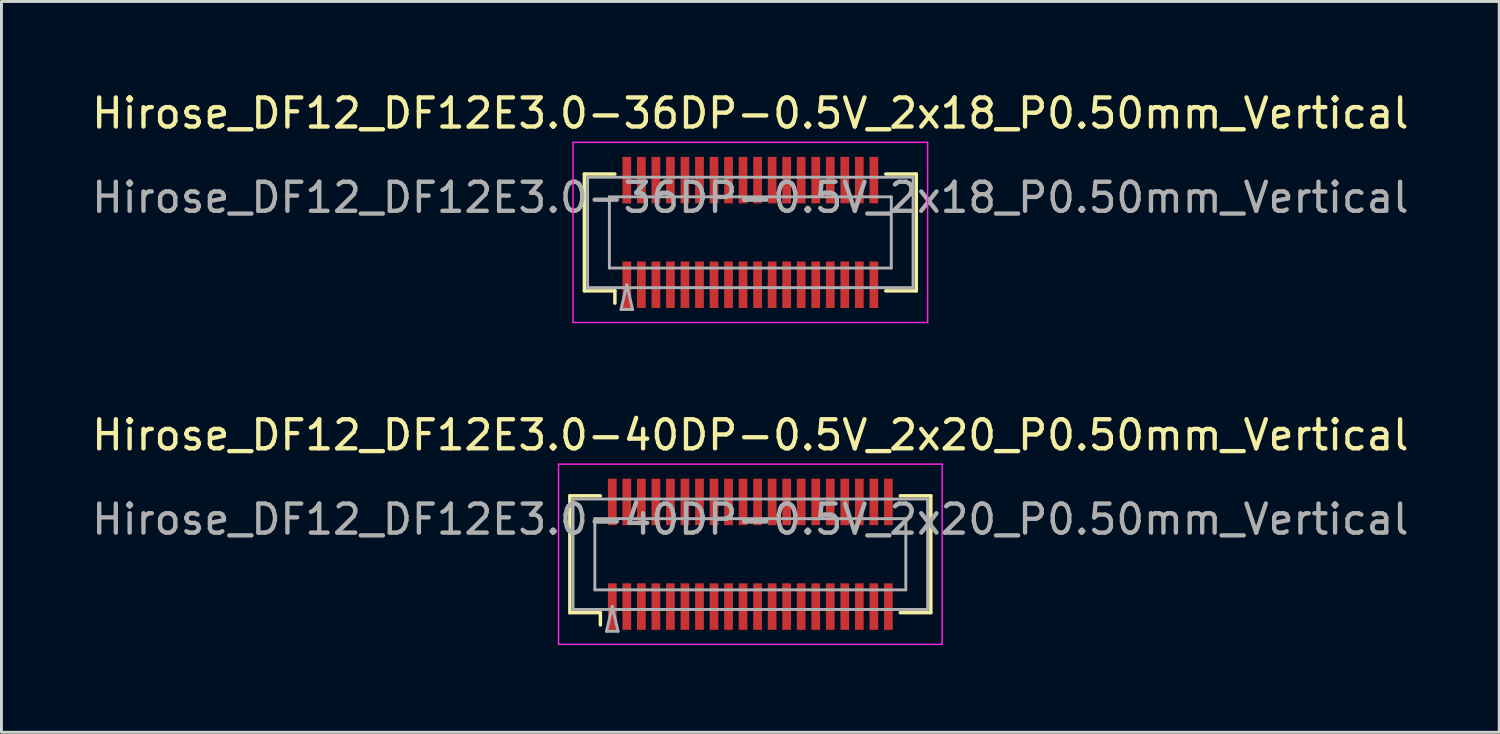
<source format=kicad_pcb>
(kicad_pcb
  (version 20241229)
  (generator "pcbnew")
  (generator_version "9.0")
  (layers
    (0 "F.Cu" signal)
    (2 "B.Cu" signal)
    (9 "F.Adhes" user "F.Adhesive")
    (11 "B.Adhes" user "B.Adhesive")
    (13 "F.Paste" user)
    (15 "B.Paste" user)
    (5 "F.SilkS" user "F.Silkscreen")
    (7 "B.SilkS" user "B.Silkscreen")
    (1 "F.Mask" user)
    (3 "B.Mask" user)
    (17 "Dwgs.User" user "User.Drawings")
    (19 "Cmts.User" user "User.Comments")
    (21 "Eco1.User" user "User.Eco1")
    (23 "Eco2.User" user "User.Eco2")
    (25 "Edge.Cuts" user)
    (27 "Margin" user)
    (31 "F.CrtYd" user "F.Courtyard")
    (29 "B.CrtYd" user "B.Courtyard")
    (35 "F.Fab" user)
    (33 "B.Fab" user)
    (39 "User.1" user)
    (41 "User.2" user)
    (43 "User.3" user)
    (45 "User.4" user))
  (footprint "Hirose_DF12_DF12E3.0-36DP-0.5V_2x18_P0.50mm_Vertical"
    (layer "F.Cu")
    (at 22.768 4.948)
    (property "Reference" "Hirose_DF12_DF12E3.0-36DP-0.5V_2x18_P0.50mm_Vertical" (at 0 -4.1 0) (layer "F.SilkS") (effects (font (size 1 1) (thickness 0.15))))
    (attr smd)
    (fp_line (start -5.71 -2.01) (end -4.66 -2.01) (stroke (width 0.12) (type solid)) (layer "F.SilkS"))
    (fp_line (start -5.71 2.01) (end -5.71 -2.01) (stroke (width 0.12) (type solid)) (layer "F.SilkS"))
    (fp_line (start -4.66 2.01) (end -5.71 2.01) (stroke (width 0.12) (type solid)) (layer "F.SilkS"))
    (fp_line (start -4.66 2.433) (end -4.66 2.01) (stroke (width 0.12) (type solid)) (layer "F.SilkS"))
    (fp_line (start 4.66 2.01) (end 5.71 2.01) (stroke (width 0.12) (type solid)) (layer "F.SilkS"))
    (fp_line (start 5.71 -2.01) (end 4.66 -2.01) (stroke (width 0.12) (type solid)) (layer "F.SilkS"))
    (fp_line (start 5.71 2.01) (end 5.71 -2.01) (stroke (width 0.12) (type solid)) (layer "F.SilkS"))
    (fp_line (start -6.1 -3.1) (end -6.1 3.1) (stroke (width 0.05) (type solid)) (layer "F.CrtYd"))
    (fp_line (start -6.1 3.1) (end 6.1 3.1) (stroke (width 0.05) (type solid)) (layer "F.CrtYd"))
    (fp_line (start 6.1 -3.1) (end -6.1 -3.1) (stroke (width 0.05) (type solid)) (layer "F.CrtYd"))
    (fp_line (start 6.1 3.1) (end 6.1 -3.1) (stroke (width 0.05) (type solid)) (layer "F.CrtYd"))
    (fp_line (start -5.6 -1.9) (end 5.6 -1.9) (stroke (width 0.1) (type solid)) (layer "F.Fab"))
    (fp_line (start -5.6 1.9) (end -5.6 -1.9) (stroke (width 0.1) (type solid)) (layer "F.Fab"))
    (fp_line (start -4.85 -1.225) (end 4.85 -1.225) (stroke (width 0.1) (type solid)) (layer "F.Fab"))
    (fp_line (start -4.85 1.225) (end -4.85 -1.225) (stroke (width 0.1) (type solid)) (layer "F.Fab"))
    (fp_line (start -4.45 2.65) (end -4.25 1.8) (stroke (width 0.1) (type solid)) (layer "F.Fab"))
    (fp_line (start -4.25 1.8) (end -4.05 2.65) (stroke (width 0.1) (type solid)) (layer "F.Fab"))
    (fp_line (start -4.05 2.65) (end -4.45 2.65) (stroke (width 0.1) (type solid)) (layer "F.Fab"))
    (fp_line (start 4.85 -1.225) (end 4.85 1.225) (stroke (width 0.1) (type solid)) (layer "F.Fab"))
    (fp_line (start 4.85 1.225) (end -4.85 1.225) (stroke (width 0.1) (type solid)) (layer "F.Fab"))
    (fp_line (start 5.6 -1.9) (end 5.6 1.9) (stroke (width 0.1) (type solid)) (layer "F.Fab"))
    (fp_line (start 5.6 1.9) (end -5.6 1.9) (stroke (width 0.1) (type solid)) (layer "F.Fab"))
    (fp_text user "${REFERENCE}" (at 0 -1.2 0) (layer "F.Fab") (effects (font (size 1 1) (thickness 0.15))))
    (pad "" smd rect (at -4.25 -2) (size 0.28 1.2) (layers "F.Paste"))
    (pad "" smd rect (at -4.25 2) (size 0.28 1.2) (layers "F.Paste"))
    (pad "" smd rect (at -3.75 -2) (size 0.28 1.2) (layers "F.Paste"))
    (pad "" smd rect (at -3.75 2) (size 0.28 1.2) (layers "F.Paste"))
    (pad "" smd rect (at -3.25 -2) (size 0.28 1.2) (layers "F.Paste"))
    (pad "" smd rect (at -3.25 2) (size 0.28 1.2) (layers "F.Paste"))
    (pad "" smd rect (at -2.75 -2) (size 0.28 1.2) (layers "F.Paste"))
    (pad "" smd rect (at -2.75 2) (size 0.28 1.2) (layers "F.Paste"))
    (pad "" smd rect (at -2.25 -2) (size 0.28 1.2) (layers "F.Paste"))
    (pad "" smd rect (at -2.25 2) (size 0.28 1.2) (layers "F.Paste"))
    (pad "" smd rect (at -1.75 -2) (size 0.28 1.2) (layers "F.Paste"))
    (pad "" smd rect (at -1.75 2) (size 0.28 1.2) (layers "F.Paste"))
    (pad "" smd rect (at -1.25 -2) (size 0.28 1.2) (layers "F.Paste"))
    (pad "" smd rect (at -1.25 2) (size 0.28 1.2) (layers "F.Paste"))
    (pad "" smd rect (at -0.75 -2) (size 0.28 1.2) (layers "F.Paste"))
    (pad "" smd rect (at -0.75 2) (size 0.28 1.2) (layers "F.Paste"))
    (pad "" smd rect (at -0.25 -2) (size 0.28 1.2) (layers "F.Paste"))
    (pad "" smd rect (at -0.25 2) (size 0.28 1.2) (layers "F.Paste"))
    (pad "" smd rect (at 0.25 -2) (size 0.28 1.2) (layers "F.Paste"))
    (pad "" smd rect (at 0.25 2) (size 0.28 1.2) (layers "F.Paste"))
    (pad "" smd rect (at 0.75 -2) (size 0.28 1.2) (layers "F.Paste"))
    (pad "" smd rect (at 0.75 2) (size 0.28 1.2) (layers "F.Paste"))
    (pad "" smd rect (at 1.25 -2) (size 0.28 1.2) (layers "F.Paste"))
    (pad "" smd rect (at 1.25 2) (size 0.28 1.2) (layers "F.Paste"))
    (pad "" smd rect (at 1.75 -2) (size 0.28 1.2) (layers "F.Paste"))
    (pad "" smd rect (at 1.75 2) (size 0.28 1.2) (layers "F.Paste"))
    (pad "" smd rect (at 2.25 -2) (size 0.28 1.2) (layers "F.Paste"))
    (pad "" smd rect (at 2.25 2) (size 0.28 1.2) (layers "F.Paste"))
    (pad "" smd rect (at 2.75 -2) (size 0.28 1.2) (layers "F.Paste"))
    (pad "" smd rect (at 2.75 2) (size 0.28 1.2) (layers "F.Paste"))
    (pad "" smd rect (at 3.25 -2) (size 0.28 1.2) (layers "F.Paste"))
    (pad "" smd rect (at 3.25 2) (size 0.28 1.2) (layers "F.Paste"))
    (pad "" smd rect (at 3.75 -2) (size 0.28 1.2) (layers "F.Paste"))
    (pad "" smd rect (at 3.75 2) (size 0.28 1.2) (layers "F.Paste"))
    (pad "" smd rect (at 4.25 -2) (size 0.28 1.2) (layers "F.Paste"))
    (pad "" smd rect (at 4.25 2) (size 0.28 1.2) (layers "F.Paste"))
    (pad "1" smd rect (at -4.25 1.8) (size 0.3 1.6) (layers "F.Cu" "F.Mask"))
    (pad "2" smd rect (at -3.75 1.8) (size 0.3 1.6) (layers "F.Cu" "F.Mask"))
    (pad "3" smd rect (at -3.25 1.8) (size 0.3 1.6) (layers "F.Cu" "F.Mask"))
    (pad "4" smd rect (at -2.75 1.8) (size 0.3 1.6) (layers "F.Cu" "F.Mask"))
    (pad "5" smd rect (at -2.25 1.8) (size 0.3 1.6) (layers "F.Cu" "F.Mask"))
    (pad "6" smd rect (at -1.75 1.8) (size 0.3 1.6) (layers "F.Cu" "F.Mask"))
    (pad "7" smd rect (at -1.25 1.8) (size 0.3 1.6) (layers "F.Cu" "F.Mask"))
    (pad "8" smd rect (at -0.75 1.8) (size 0.3 1.6) (layers "F.Cu" "F.Mask"))
    (pad "9" smd rect (at -0.25 1.8) (size 0.3 1.6) (layers "F.Cu" "F.Mask"))
    (pad "10" smd rect (at 0.25 1.8) (size 0.3 1.6) (layers "F.Cu" "F.Mask"))
    (pad "11" smd rect (at 0.75 1.8) (size 0.3 1.6) (layers "F.Cu" "F.Mask"))
    (pad "12" smd rect (at 1.25 1.8) (size 0.3 1.6) (layers "F.Cu" "F.Mask"))
    (pad "13" smd rect (at 1.75 1.8) (size 0.3 1.6) (layers "F.Cu" "F.Mask"))
    (pad "14" smd rect (at 2.25 1.8) (size 0.3 1.6) (layers "F.Cu" "F.Mask"))
    (pad "15" smd rect (at 2.75 1.8) (size 0.3 1.6) (layers "F.Cu" "F.Mask"))
    (pad "16" smd rect (at 3.25 1.8) (size 0.3 1.6) (layers "F.Cu" "F.Mask"))
    (pad "17" smd rect (at 3.75 1.8) (size 0.3 1.6) (layers "F.Cu" "F.Mask"))
    (pad "18" smd rect (at 4.25 1.8) (size 0.3 1.6) (layers "F.Cu" "F.Mask"))
    (pad "19" smd rect (at -4.25 -1.8) (size 0.3 1.6) (layers "F.Cu" "F.Mask"))
    (pad "20" smd rect (at -3.75 -1.8) (size 0.3 1.6) (layers "F.Cu" "F.Mask"))
    (pad "21" smd rect (at -3.25 -1.8) (size 0.3 1.6) (layers "F.Cu" "F.Mask"))
    (pad "22" smd rect (at -2.75 -1.8) (size 0.3 1.6) (layers "F.Cu" "F.Mask"))
    (pad "23" smd rect (at -2.25 -1.8) (size 0.3 1.6) (layers "F.Cu" "F.Mask"))
    (pad "24" smd rect (at -1.75 -1.8) (size 0.3 1.6) (layers "F.Cu" "F.Mask"))
    (pad "25" smd rect (at -1.25 -1.8) (size 0.3 1.6) (layers "F.Cu" "F.Mask"))
    (pad "26" smd rect (at -0.75 -1.8) (size 0.3 1.6) (layers "F.Cu" "F.Mask"))
    (pad "27" smd rect (at -0.25 -1.8) (size 0.3 1.6) (layers "F.Cu" "F.Mask"))
    (pad "28" smd rect (at 0.25 -1.8) (size 0.3 1.6) (layers "F.Cu" "F.Mask"))
    (pad "29" smd rect (at 0.75 -1.8) (size 0.3 1.6) (layers "F.Cu" "F.Mask"))
    (pad "30" smd rect (at 1.25 -1.8) (size 0.3 1.6) (layers "F.Cu" "F.Mask"))
    (pad "31" smd rect (at 1.75 -1.8) (size 0.3 1.6) (layers "F.Cu" "F.Mask"))
    (pad "32" smd rect (at 2.25 -1.8) (size 0.3 1.6) (layers "F.Cu" "F.Mask"))
    (pad "33" smd rect (at 2.75 -1.8) (size 0.3 1.6) (layers "F.Cu" "F.Mask"))
    (pad "34" smd rect (at 3.25 -1.8) (size 0.3 1.6) (layers "F.Cu" "F.Mask"))
    (pad "35" smd rect (at 3.75 -1.8) (size 0.3 1.6) (layers "F.Cu" "F.Mask"))
    (pad "36" smd rect (at 4.25 -1.8) (size 0.3 1.6) (layers "F.Cu" "F.Mask")))
  (footprint "Hirose_DF12_DF12E3.0-40DP-0.5V_2x20_P0.50mm_Vertical"
    (layer "F.Cu")
    (at 22.768 16.021)
    (property "Reference" "Hirose_DF12_DF12E3.0-40DP-0.5V_2x20_P0.50mm_Vertical" (at 0 -4.1 0) (layer "F.SilkS") (effects (font (size 1 1) (thickness 0.15))))
    (attr smd)
    (fp_line (start -6.21 -2.01) (end -5.16 -2.01) (stroke (width 0.12) (type solid)) (layer "F.SilkS"))
    (fp_line (start -6.21 2.01) (end -6.21 -2.01) (stroke (width 0.12) (type solid)) (layer "F.SilkS"))
    (fp_line (start -5.16 2.01) (end -6.21 2.01) (stroke (width 0.12) (type solid)) (layer "F.SilkS"))
    (fp_line (start -5.16 2.433) (end -5.16 2.01) (stroke (width 0.12) (type solid)) (layer "F.SilkS"))
    (fp_line (start 5.16 2.01) (end 6.21 2.01) (stroke (width 0.12) (type solid)) (layer "F.SilkS"))
    (fp_line (start 6.21 -2.01) (end 5.16 -2.01) (stroke (width 0.12) (type solid)) (layer "F.SilkS"))
    (fp_line (start 6.21 2.01) (end 6.21 -2.01) (stroke (width 0.12) (type solid)) (layer "F.SilkS"))
    (fp_line (start -6.6 -3.1) (end -6.6 3.1) (stroke (width 0.05) (type solid)) (layer "F.CrtYd"))
    (fp_line (start -6.6 3.1) (end 6.6 3.1) (stroke (width 0.05) (type solid)) (layer "F.CrtYd"))
    (fp_line (start 6.6 -3.1) (end -6.6 -3.1) (stroke (width 0.05) (type solid)) (layer "F.CrtYd"))
    (fp_line (start 6.6 3.1) (end 6.6 -3.1) (stroke (width 0.05) (type solid)) (layer "F.CrtYd"))
    (fp_line (start -6.1 -1.9) (end 6.1 -1.9) (stroke (width 0.1) (type solid)) (layer "F.Fab"))
    (fp_line (start -6.1 1.9) (end -6.1 -1.9) (stroke (width 0.1) (type solid)) (layer "F.Fab"))
    (fp_line (start -5.35 -1.225) (end 5.35 -1.225) (stroke (width 0.1) (type solid)) (layer "F.Fab"))
    (fp_line (start -5.35 1.225) (end -5.35 -1.225) (stroke (width 0.1) (type solid)) (layer "F.Fab"))
    (fp_line (start -4.95 2.65) (end -4.75 1.8) (stroke (width 0.1) (type solid)) (layer "F.Fab"))
    (fp_line (start -4.75 1.8) (end -4.55 2.65) (stroke (width 0.1) (type solid)) (layer "F.Fab"))
    (fp_line (start -4.55 2.65) (end -4.95 2.65) (stroke (width 0.1) (type solid)) (layer "F.Fab"))
    (fp_line (start 5.35 -1.225) (end 5.35 1.225) (stroke (width 0.1) (type solid)) (layer "F.Fab"))
    (fp_line (start 5.35 1.225) (end -5.35 1.225) (stroke (width 0.1) (type solid)) (layer "F.Fab"))
    (fp_line (start 6.1 -1.9) (end 6.1 1.9) (stroke (width 0.1) (type solid)) (layer "F.Fab"))
    (fp_line (start 6.1 1.9) (end -6.1 1.9) (stroke (width 0.1) (type solid)) (layer "F.Fab"))
    (fp_text user "${REFERENCE}" (at 0 -1.2 0) (layer "F.Fab") (effects (font (size 1 1) (thickness 0.15))))
    (pad "" smd rect (at -4.75 -2) (size 0.28 1.2) (layers "F.Paste"))
    (pad "" smd rect (at -4.75 2) (size 0.28 1.2) (layers "F.Paste"))
    (pad "" smd rect (at -4.25 -2) (size 0.28 1.2) (layers "F.Paste"))
    (pad "" smd rect (at -4.25 2) (size 0.28 1.2) (layers "F.Paste"))
    (pad "" smd rect (at -3.75 -2) (size 0.28 1.2) (layers "F.Paste"))
    (pad "" smd rect (at -3.75 2) (size 0.28 1.2) (layers "F.Paste"))
    (pad "" smd rect (at -3.25 -2) (size 0.28 1.2) (layers "F.Paste"))
    (pad "" smd rect (at -3.25 2) (size 0.28 1.2) (layers "F.Paste"))
    (pad "" smd rect (at -2.75 -2) (size 0.28 1.2) (layers "F.Paste"))
    (pad "" smd rect (at -2.75 2) (size 0.28 1.2) (layers "F.Paste"))
    (pad "" smd rect (at -2.25 -2) (size 0.28 1.2) (layers "F.Paste"))
    (pad "" smd rect (at -2.25 2) (size 0.28 1.2) (layers "F.Paste"))
    (pad "" smd rect (at -1.75 -2) (size 0.28 1.2) (layers "F.Paste"))
    (pad "" smd rect (at -1.75 2) (size 0.28 1.2) (layers "F.Paste"))
    (pad "" smd rect (at -1.25 -2) (size 0.28 1.2) (layers "F.Paste"))
    (pad "" smd rect (at -1.25 2) (size 0.28 1.2) (layers "F.Paste"))
    (pad "" smd rect (at -0.75 -2) (size 0.28 1.2) (layers "F.Paste"))
    (pad "" smd rect (at -0.75 2) (size 0.28 1.2) (layers "F.Paste"))
    (pad "" smd rect (at -0.25 -2) (size 0.28 1.2) (layers "F.Paste"))
    (pad "" smd rect (at -0.25 2) (size 0.28 1.2) (layers "F.Paste"))
    (pad "" smd rect (at 0.25 -2) (size 0.28 1.2) (layers "F.Paste"))
    (pad "" smd rect (at 0.25 2) (size 0.28 1.2) (layers "F.Paste"))
    (pad "" smd rect (at 0.75 -2) (size 0.28 1.2) (layers "F.Paste"))
    (pad "" smd rect (at 0.75 2) (size 0.28 1.2) (layers "F.Paste"))
    (pad "" smd rect (at 1.25 -2) (size 0.28 1.2) (layers "F.Paste"))
    (pad "" smd rect (at 1.25 2) (size 0.28 1.2) (layers "F.Paste"))
    (pad "" smd rect (at 1.75 -2) (size 0.28 1.2) (layers "F.Paste"))
    (pad "" smd rect (at 1.75 2) (size 0.28 1.2) (layers "F.Paste"))
    (pad "" smd rect (at 2.25 -2) (size 0.28 1.2) (layers "F.Paste"))
    (pad "" smd rect (at 2.25 2) (size 0.28 1.2) (layers "F.Paste"))
    (pad "" smd rect (at 2.75 -2) (size 0.28 1.2) (layers "F.Paste"))
    (pad "" smd rect (at 2.75 2) (size 0.28 1.2) (layers "F.Paste"))
    (pad "" smd rect (at 3.25 -2) (size 0.28 1.2) (layers "F.Paste"))
    (pad "" smd rect (at 3.25 2) (size 0.28 1.2) (layers "F.Paste"))
    (pad "" smd rect (at 3.75 -2) (size 0.28 1.2) (layers "F.Paste"))
    (pad "" smd rect (at 3.75 2) (size 0.28 1.2) (layers "F.Paste"))
    (pad "" smd rect (at 4.25 -2) (size 0.28 1.2) (layers "F.Paste"))
    (pad "" smd rect (at 4.25 2) (size 0.28 1.2) (layers "F.Paste"))
    (pad "" smd rect (at 4.75 -2) (size 0.28 1.2) (layers "F.Paste"))
    (pad "" smd rect (at 4.75 2) (size 0.28 1.2) (layers "F.Paste"))
    (pad "1" smd rect (at -4.75 1.8) (size 0.3 1.6) (layers "F.Cu" "F.Mask"))
    (pad "2" smd rect (at -4.25 1.8) (size 0.3 1.6) (layers "F.Cu" "F.Mask"))
    (pad "3" smd rect (at -3.75 1.8) (size 0.3 1.6) (layers "F.Cu" "F.Mask"))
    (pad "4" smd rect (at -3.25 1.8) (size 0.3 1.6) (layers "F.Cu" "F.Mask"))
    (pad "5" smd rect (at -2.75 1.8) (size 0.3 1.6) (layers "F.Cu" "F.Mask"))
    (pad "6" smd rect (at -2.25 1.8) (size 0.3 1.6) (layers "F.Cu" "F.Mask"))
    (pad "7" smd rect (at -1.75 1.8) (size 0.3 1.6) (layers "F.Cu" "F.Mask"))
    (pad "8" smd rect (at -1.25 1.8) (size 0.3 1.6) (layers "F.Cu" "F.Mask"))
    (pad "9" smd rect (at -0.75 1.8) (size 0.3 1.6) (layers "F.Cu" "F.Mask"))
    (pad "10" smd rect (at -0.25 1.8) (size 0.3 1.6) (layers "F.Cu" "F.Mask"))
    (pad "11" smd rect (at 0.25 1.8) (size 0.3 1.6) (layers "F.Cu" "F.Mask"))
    (pad "12" smd rect (at 0.75 1.8) (size 0.3 1.6) (layers "F.Cu" "F.Mask"))
    (pad "13" smd rect (at 1.25 1.8) (size 0.3 1.6) (layers "F.Cu" "F.Mask"))
    (pad "14" smd rect (at 1.75 1.8) (size 0.3 1.6) (layers "F.Cu" "F.Mask"))
    (pad "15" smd rect (at 2.25 1.8) (size 0.3 1.6) (layers "F.Cu" "F.Mask"))
    (pad "16" smd rect (at 2.75 1.8) (size 0.3 1.6) (layers "F.Cu" "F.Mask"))
    (pad "17" smd rect (at 3.25 1.8) (size 0.3 1.6) (layers "F.Cu" "F.Mask"))
    (pad "18" smd rect (at 3.75 1.8) (size 0.3 1.6) (layers "F.Cu" "F.Mask"))
    (pad "19" smd rect (at 4.25 1.8) (size 0.3 1.6) (layers "F.Cu" "F.Mask"))
    (pad "20" smd rect (at 4.75 1.8) (size 0.3 1.6) (layers "F.Cu" "F.Mask"))
    (pad "21" smd rect (at -4.75 -1.8) (size 0.3 1.6) (layers "F.Cu" "F.Mask"))
    (pad "22" smd rect (at -4.25 -1.8) (size 0.3 1.6) (layers "F.Cu" "F.Mask"))
    (pad "23" smd rect (at -3.75 -1.8) (size 0.3 1.6) (layers "F.Cu" "F.Mask"))
    (pad "24" smd rect (at -3.25 -1.8) (size 0.3 1.6) (layers "F.Cu" "F.Mask"))
    (pad "25" smd rect (at -2.75 -1.8) (size 0.3 1.6) (layers "F.Cu" "F.Mask"))
    (pad "26" smd rect (at -2.25 -1.8) (size 0.3 1.6) (layers "F.Cu" "F.Mask"))
    (pad "27" smd rect (at -1.75 -1.8) (size 0.3 1.6) (layers "F.Cu" "F.Mask"))
    (pad "28" smd rect (at -1.25 -1.8) (size 0.3 1.6) (layers "F.Cu" "F.Mask"))
    (pad "29" smd rect (at -0.75 -1.8) (size 0.3 1.6) (layers "F.Cu" "F.Mask"))
    (pad "30" smd rect (at -0.25 -1.8) (size 0.3 1.6) (layers "F.Cu" "F.Mask"))
    (pad "31" smd rect (at 0.25 -1.8) (size 0.3 1.6) (layers "F.Cu" "F.Mask"))
    (pad "32" smd rect (at 0.75 -1.8) (size 0.3 1.6) (layers "F.Cu" "F.Mask"))
    (pad "33" smd rect (at 1.25 -1.8) (size 0.3 1.6) (layers "F.Cu" "F.Mask"))
    (pad "34" smd rect (at 1.75 -1.8) (size 0.3 1.6) (layers "F.Cu" "F.Mask"))
    (pad "35" smd rect (at 2.25 -1.8) (size 0.3 1.6) (layers "F.Cu" "F.Mask"))
    (pad "36" smd rect (at 2.75 -1.8) (size 0.3 1.6) (layers "F.Cu" "F.Mask"))
    (pad "37" smd rect (at 3.25 -1.8) (size 0.3 1.6) (layers "F.Cu" "F.Mask"))
    (pad "38" smd rect (at 3.75 -1.8) (size 0.3 1.6) (layers "F.Cu" "F.Mask"))
    (pad "39" smd rect (at 4.25 -1.8) (size 0.3 1.6) (layers "F.Cu" "F.Mask"))
    (pad "40" smd rect (at 4.75 -1.8) (size 0.3 1.6) (layers "F.Cu" "F.Mask")))
  (gr_rect
    (start -3 -3)
    (end 48.536 22.146)
    (stroke (width 0.1) (type default))
    (fill no)
    (layer "Edge.Cuts")))
</source>
